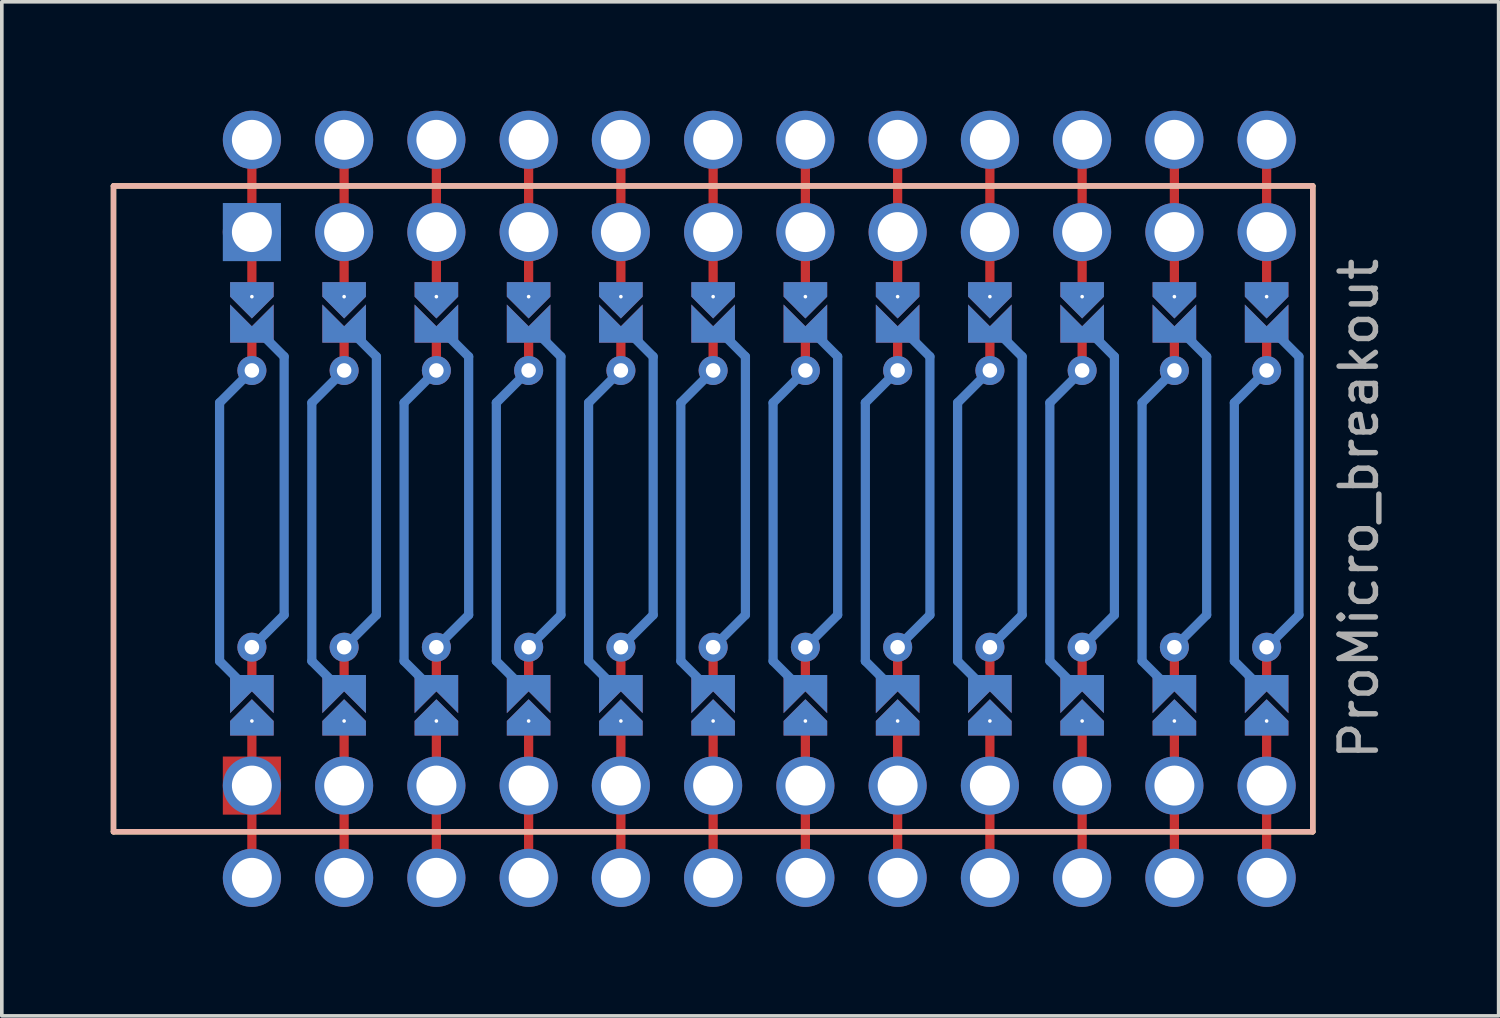
<source format=kicad_pcb>
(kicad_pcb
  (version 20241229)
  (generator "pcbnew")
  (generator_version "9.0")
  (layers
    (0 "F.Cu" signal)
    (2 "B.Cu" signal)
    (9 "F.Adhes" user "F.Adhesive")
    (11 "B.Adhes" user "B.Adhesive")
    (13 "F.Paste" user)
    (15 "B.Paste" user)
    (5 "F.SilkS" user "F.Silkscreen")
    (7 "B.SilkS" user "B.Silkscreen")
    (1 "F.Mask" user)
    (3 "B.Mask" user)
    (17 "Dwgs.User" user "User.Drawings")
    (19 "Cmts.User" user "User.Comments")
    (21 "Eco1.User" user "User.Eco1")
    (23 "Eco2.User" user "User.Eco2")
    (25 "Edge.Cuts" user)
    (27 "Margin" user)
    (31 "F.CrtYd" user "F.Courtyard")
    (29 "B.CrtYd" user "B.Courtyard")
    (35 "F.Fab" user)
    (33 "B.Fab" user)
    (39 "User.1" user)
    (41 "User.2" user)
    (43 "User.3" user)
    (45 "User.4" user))
  (footprint "ProMicro_breakout"
    (layer "F.Cu")
    (at 17.855 10.96)
    (property "Reference" "ProMicro_breakout" (at 16.51 0 90) (layer "F.Fab") (effects (font (size 1 1) (thickness 0.15))))
    (attr through_hole)
    (fp_line (start -13.97 -10.16) (end -13.97 -7.62) (stroke (width 0.254) (type default)) (layer "F.Cu"))
    (fp_line (start -13.97 -7.62) (end -13.97 -5.842) (stroke (width 0.254) (type default)) (layer "F.Cu"))
    (fp_line (start -13.97 -3.81) (end -13.97 -4.826) (stroke (width 0.254) (type default)) (layer "F.Cu"))
    (fp_line (start -13.97 3.81) (end -13.97 4.826) (stroke (width 0.254) (type default)) (layer "F.Cu"))
    (fp_line (start -13.97 7.62) (end -13.97 5.842) (stroke (width 0.254) (type default)) (layer "F.Cu"))
    (fp_line (start -13.97 10.16) (end -13.97 7.62) (stroke (width 0.254) (type default)) (layer "F.Cu"))
    (fp_line (start -11.43 -10.16) (end -11.43 -7.62) (stroke (width 0.254) (type default)) (layer "F.Cu"))
    (fp_line (start -11.43 -7.62) (end -11.43 -5.842) (stroke (width 0.254) (type default)) (layer "F.Cu"))
    (fp_line (start -11.43 -3.81) (end -11.43 -4.826) (stroke (width 0.254) (type default)) (layer "F.Cu"))
    (fp_line (start -11.43 3.81) (end -11.43 4.826) (stroke (width 0.254) (type default)) (layer "F.Cu"))
    (fp_line (start -11.43 7.62) (end -11.43 5.842) (stroke (width 0.254) (type default)) (layer "F.Cu"))
    (fp_line (start -11.43 10.16) (end -11.43 7.62) (stroke (width 0.254) (type default)) (layer "F.Cu"))
    (fp_line (start -8.89 -10.16) (end -8.89 -7.62) (stroke (width 0.254) (type default)) (layer "F.Cu"))
    (fp_line (start -8.89 -7.62) (end -8.89 -5.842) (stroke (width 0.254) (type default)) (layer "F.Cu"))
    (fp_line (start -8.89 -3.81) (end -8.89 -4.826) (stroke (width 0.254) (type default)) (layer "F.Cu"))
    (fp_line (start -8.89 3.81) (end -8.89 4.826) (stroke (width 0.254) (type default)) (layer "F.Cu"))
    (fp_line (start -8.89 7.62) (end -8.89 5.842) (stroke (width 0.254) (type default)) (layer "F.Cu"))
    (fp_line (start -8.89 10.16) (end -8.89 7.62) (stroke (width 0.254) (type default)) (layer "F.Cu"))
    (fp_line (start -6.35 -10.16) (end -6.35 -7.62) (stroke (width 0.254) (type default)) (layer "F.Cu"))
    (fp_line (start -6.35 -7.62) (end -6.35 -5.842) (stroke (width 0.254) (type default)) (layer "F.Cu"))
    (fp_line (start -6.35 -3.81) (end -6.35 -4.826) (stroke (width 0.254) (type default)) (layer "F.Cu"))
    (fp_line (start -6.35 3.81) (end -6.35 4.826) (stroke (width 0.254) (type default)) (layer "F.Cu"))
    (fp_line (start -6.35 7.62) (end -6.35 5.842) (stroke (width 0.254) (type default)) (layer "F.Cu"))
    (fp_line (start -6.35 10.16) (end -6.35 7.62) (stroke (width 0.254) (type default)) (layer "F.Cu"))
    (fp_line (start -3.81 -10.16) (end -3.81 -7.62) (stroke (width 0.254) (type default)) (layer "F.Cu"))
    (fp_line (start -3.81 -7.62) (end -3.81 -5.842) (stroke (width 0.254) (type default)) (layer "F.Cu"))
    (fp_line (start -3.81 -3.81) (end -3.81 -4.826) (stroke (width 0.254) (type default)) (layer "F.Cu"))
    (fp_line (start -3.81 3.81) (end -3.81 4.826) (stroke (width 0.254) (type default)) (layer "F.Cu"))
    (fp_line (start -3.81 7.62) (end -3.81 5.842) (stroke (width 0.254) (type default)) (layer "F.Cu"))
    (fp_line (start -3.81 10.16) (end -3.81 7.62) (stroke (width 0.254) (type default)) (layer "F.Cu"))
    (fp_line (start -1.27 -10.16) (end -1.27 -7.62) (stroke (width 0.254) (type default)) (layer "F.Cu"))
    (fp_line (start -1.27 -7.62) (end -1.27 -5.842) (stroke (width 0.254) (type default)) (layer "F.Cu"))
    (fp_line (start -1.27 -3.81) (end -1.27 -4.826) (stroke (width 0.254) (type default)) (layer "F.Cu"))
    (fp_line (start -1.27 3.81) (end -1.27 4.826) (stroke (width 0.254) (type default)) (layer "F.Cu"))
    (fp_line (start -1.27 7.62) (end -1.27 5.842) (stroke (width 0.254) (type default)) (layer "F.Cu"))
    (fp_line (start -1.27 10.16) (end -1.27 7.62) (stroke (width 0.254) (type default)) (layer "F.Cu"))
    (fp_line (start 1.27 -10.16) (end 1.27 -7.62) (stroke (width 0.254) (type default)) (layer "F.Cu"))
    (fp_line (start 1.27 -7.62) (end 1.27 -5.842) (stroke (width 0.254) (type default)) (layer "F.Cu"))
    (fp_line (start 1.27 -3.81) (end 1.27 -4.826) (stroke (width 0.254) (type default)) (layer "F.Cu"))
    (fp_line (start 1.27 3.81) (end 1.27 4.826) (stroke (width 0.254) (type default)) (layer "F.Cu"))
    (fp_line (start 1.27 7.62) (end 1.27 5.842) (stroke (width 0.254) (type default)) (layer "F.Cu"))
    (fp_line (start 1.27 10.16) (end 1.27 7.62) (stroke (width 0.254) (type default)) (layer "F.Cu"))
    (fp_line (start 3.81 -10.16) (end 3.81 -7.62) (stroke (width 0.254) (type default)) (layer "F.Cu"))
    (fp_line (start 3.81 -7.62) (end 3.81 -5.842) (stroke (width 0.254) (type default)) (layer "F.Cu"))
    (fp_line (start 3.81 -3.81) (end 3.81 -4.826) (stroke (width 0.254) (type default)) (layer "F.Cu"))
    (fp_line (start 3.81 3.81) (end 3.81 4.826) (stroke (width 0.254) (type default)) (layer "F.Cu"))
    (fp_line (start 3.81 7.62) (end 3.81 5.842) (stroke (width 0.254) (type default)) (layer "F.Cu"))
    (fp_line (start 3.81 10.16) (end 3.81 7.62) (stroke (width 0.254) (type default)) (layer "F.Cu"))
    (fp_line (start 6.35 -10.16) (end 6.35 -7.62) (stroke (width 0.254) (type default)) (layer "F.Cu"))
    (fp_line (start 6.35 -7.62) (end 6.35 -5.842) (stroke (width 0.254) (type default)) (layer "F.Cu"))
    (fp_line (start 6.35 -3.81) (end 6.35 -4.826) (stroke (width 0.254) (type default)) (layer "F.Cu"))
    (fp_line (start 6.35 3.81) (end 6.35 4.826) (stroke (width 0.254) (type default)) (layer "F.Cu"))
    (fp_line (start 6.35 7.62) (end 6.35 5.842) (stroke (width 0.254) (type default)) (layer "F.Cu"))
    (fp_line (start 6.35 10.16) (end 6.35 7.62) (stroke (width 0.254) (type default)) (layer "F.Cu"))
    (fp_line (start 8.89 -10.16) (end 8.89 -7.62) (stroke (width 0.254) (type default)) (layer "F.Cu"))
    (fp_line (start 8.89 -7.62) (end 8.89 -5.842) (stroke (width 0.254) (type default)) (layer "F.Cu"))
    (fp_line (start 8.89 -3.81) (end 8.89 -4.826) (stroke (width 0.254) (type default)) (layer "F.Cu"))
    (fp_line (start 8.89 3.81) (end 8.89 4.826) (stroke (width 0.254) (type default)) (layer "F.Cu"))
    (fp_line (start 8.89 7.62) (end 8.89 5.842) (stroke (width 0.254) (type default)) (layer "F.Cu"))
    (fp_line (start 8.89 10.16) (end 8.89 7.62) (stroke (width 0.254) (type default)) (layer "F.Cu"))
    (fp_line (start 11.43 -10.16) (end 11.43 -7.62) (stroke (width 0.254) (type default)) (layer "F.Cu"))
    (fp_line (start 11.43 -7.62) (end 11.43 -5.842) (stroke (width 0.254) (type default)) (layer "F.Cu"))
    (fp_line (start 11.43 -3.81) (end 11.43 -4.826) (stroke (width 0.254) (type default)) (layer "F.Cu"))
    (fp_line (start 11.43 3.81) (end 11.43 4.826) (stroke (width 0.254) (type default)) (layer "F.Cu"))
    (fp_line (start 11.43 7.62) (end 11.43 5.842) (stroke (width 0.254) (type default)) (layer "F.Cu"))
    (fp_line (start 11.43 10.16) (end 11.43 7.62) (stroke (width 0.254) (type default)) (layer "F.Cu"))
    (fp_line (start 13.97 -10.16) (end 13.97 -7.62) (stroke (width 0.254) (type default)) (layer "F.Cu"))
    (fp_line (start 13.97 -7.62) (end 13.97 -5.842) (stroke (width 0.254) (type default)) (layer "F.Cu"))
    (fp_line (start 13.97 -3.81) (end 13.97 -4.826) (stroke (width 0.254) (type default)) (layer "F.Cu"))
    (fp_line (start 13.97 3.81) (end 13.97 4.826) (stroke (width 0.254) (type default)) (layer "F.Cu"))
    (fp_line (start 13.97 7.62) (end 13.97 5.842) (stroke (width 0.254) (type default)) (layer "F.Cu"))
    (fp_line (start 13.97 10.16) (end 13.97 7.62) (stroke (width 0.254) (type default)) (layer "F.Cu"))
    (fp_rect (start -14.77 6.82) (end -13.17 8.42) (stroke (width 0) (type solid)) (fill yes) (layer "F.Cu"))
    (fp_poly (pts (xy -14.478 5.08) (xy -13.462 5.08) (xy -13.462 6.096) (xy -14.478 6.096)) (stroke (width 0.2) (type solid)) (fill yes) (layer "F.Mask"))
    (fp_poly (pts (xy -13.462 -5.08) (xy -14.478 -5.08) (xy -14.478 -6.096) (xy -13.462 -6.096)) (stroke (width 0.2) (type solid)) (fill yes) (layer "F.Mask"))
    (fp_poly (pts (xy -11.938 5.08) (xy -10.922 5.08) (xy -10.922 6.096) (xy -11.938 6.096)) (stroke (width 0.2) (type solid)) (fill yes) (layer "F.Mask"))
    (fp_poly (pts (xy -10.922 -5.08) (xy -11.938 -5.08) (xy -11.938 -6.096) (xy -10.922 -6.096)) (stroke (width 0.2) (type solid)) (fill yes) (layer "F.Mask"))
    (fp_poly (pts (xy -9.398 5.08) (xy -8.382 5.08) (xy -8.382 6.096) (xy -9.398 6.096)) (stroke (width 0.2) (type solid)) (fill yes) (layer "F.Mask"))
    (fp_poly (pts (xy -8.382 -5.08) (xy -9.398 -5.08) (xy -9.398 -6.096) (xy -8.382 -6.096)) (stroke (width 0.2) (type solid)) (fill yes) (layer "F.Mask"))
    (fp_poly (pts (xy -6.858 5.08) (xy -5.842 5.08) (xy -5.842 6.096) (xy -6.858 6.096)) (stroke (width 0.2) (type solid)) (fill yes) (layer "F.Mask"))
    (fp_poly (pts (xy -5.842 -5.08) (xy -6.858 -5.08) (xy -6.858 -6.096) (xy -5.842 -6.096)) (stroke (width 0.2) (type solid)) (fill yes) (layer "F.Mask"))
    (fp_poly (pts (xy -4.318 5.08) (xy -3.302 5.08) (xy -3.302 6.096) (xy -4.318 6.096)) (stroke (width 0.2) (type solid)) (fill yes) (layer "F.Mask"))
    (fp_poly (pts (xy -3.302 -5.08) (xy -4.318 -5.08) (xy -4.318 -6.096) (xy -3.302 -6.096)) (stroke (width 0.2) (type solid)) (fill yes) (layer "F.Mask"))
    (fp_poly (pts (xy -1.778 5.08) (xy -0.762 5.08) (xy -0.762 6.096) (xy -1.778 6.096)) (stroke (width 0.2) (type solid)) (fill yes) (layer "F.Mask"))
    (fp_poly (pts (xy -0.762 -5.08) (xy -1.778 -5.08) (xy -1.778 -6.096) (xy -0.762 -6.096)) (stroke (width 0.2) (type solid)) (fill yes) (layer "F.Mask"))
    (fp_poly (pts (xy 0.762 5.08) (xy 1.778 5.08) (xy 1.778 6.096) (xy 0.762 6.096)) (stroke (width 0.2) (type solid)) (fill yes) (layer "F.Mask"))
    (fp_poly (pts (xy 1.778 -5.08) (xy 0.762 -5.08) (xy 0.762 -6.096) (xy 1.778 -6.096)) (stroke (width 0.2) (type solid)) (fill yes) (layer "F.Mask"))
    (fp_poly (pts (xy 3.302 5.08) (xy 4.318 5.08) (xy 4.318 6.096) (xy 3.302 6.096)) (stroke (width 0.2) (type solid)) (fill yes) (layer "F.Mask"))
    (fp_poly (pts (xy 4.318 -5.08) (xy 3.302 -5.08) (xy 3.302 -6.096) (xy 4.318 -6.096)) (stroke (width 0.2) (type solid)) (fill yes) (layer "F.Mask"))
    (fp_poly (pts (xy 5.842 5.08) (xy 6.858 5.08) (xy 6.858 6.096) (xy 5.842 6.096)) (stroke (width 0.2) (type solid)) (fill yes) (layer "F.Mask"))
    (fp_poly (pts (xy 6.858 -5.08) (xy 5.842 -5.08) (xy 5.842 -6.096) (xy 6.858 -6.096)) (stroke (width 0.2) (type solid)) (fill yes) (layer "F.Mask"))
    (fp_poly (pts (xy 8.382 5.08) (xy 9.398 5.08) (xy 9.398 6.096) (xy 8.382 6.096)) (stroke (width 0.2) (type solid)) (fill yes) (layer "F.Mask"))
    (fp_poly (pts (xy 9.398 -5.08) (xy 8.382 -5.08) (xy 8.382 -6.096) (xy 9.398 -6.096)) (stroke (width 0.2) (type solid)) (fill yes) (layer "F.Mask"))
    (fp_poly (pts (xy 10.922 5.08) (xy 11.938 5.08) (xy 11.938 6.096) (xy 10.922 6.096)) (stroke (width 0.2) (type solid)) (fill yes) (layer "F.Mask"))
    (fp_poly (pts (xy 11.938 -5.08) (xy 10.922 -5.08) (xy 10.922 -6.096) (xy 11.938 -6.096)) (stroke (width 0.2) (type solid)) (fill yes) (layer "F.Mask"))
    (fp_poly (pts (xy 13.462 5.08) (xy 14.478 5.08) (xy 14.478 6.096) (xy 13.462 6.096)) (stroke (width 0.2) (type solid)) (fill yes) (layer "F.Mask"))
    (fp_poly (pts (xy 14.478 -5.08) (xy 13.462 -5.08) (xy 13.462 -6.096) (xy 14.478 -6.096)) (stroke (width 0.2) (type solid)) (fill yes) (layer "F.Mask"))
    (fp_line (start -14.859 -2.921) (end -14.859 4.191) (stroke (width 0.254) (type default)) (layer "B.Cu"))
    (fp_line (start -14.859 -2.921) (end -13.97 -3.81) (stroke (width 0.254) (type default)) (layer "B.Cu"))
    (fp_line (start -14.859 4.191) (end -14.17 4.88) (stroke (width 0.254) (type default)) (layer "B.Cu"))
    (fp_line (start -13.081 -4.191) (end -13.77 -4.88) (stroke (width 0.254) (type default)) (layer "B.Cu"))
    (fp_line (start -13.081 2.921) (end -13.97 3.81) (stroke (width 0.254) (type default)) (layer "B.Cu"))
    (fp_line (start -13.081 2.921) (end -13.081 -4.191) (stroke (width 0.254) (type default)) (layer "B.Cu"))
    (fp_line (start -12.319 -2.921) (end -12.319 4.191) (stroke (width 0.254) (type default)) (layer "B.Cu"))
    (fp_line (start -12.319 -2.921) (end -11.43 -3.81) (stroke (width 0.254) (type default)) (layer "B.Cu"))
    (fp_line (start -12.319 4.191) (end -11.63 4.88) (stroke (width 0.254) (type default)) (layer "B.Cu"))
    (fp_line (start -10.541 -4.191) (end -11.23 -4.88) (stroke (width 0.254) (type default)) (layer "B.Cu"))
    (fp_line (start -10.541 2.921) (end -11.43 3.81) (stroke (width 0.254) (type default)) (layer "B.Cu"))
    (fp_line (start -10.541 2.921) (end -10.541 -4.191) (stroke (width 0.254) (type default)) (layer "B.Cu"))
    (fp_line (start -9.779 -2.921) (end -9.779 4.191) (stroke (width 0.254) (type default)) (layer "B.Cu"))
    (fp_line (start -9.779 -2.921) (end -8.89 -3.81) (stroke (width 0.254) (type default)) (layer "B.Cu"))
    (fp_line (start -9.779 4.191) (end -9.09 4.88) (stroke (width 0.254) (type default)) (layer "B.Cu"))
    (fp_line (start -8.001 -4.191) (end -8.69 -4.88) (stroke (width 0.254) (type default)) (layer "B.Cu"))
    (fp_line (start -8.001 2.921) (end -8.89 3.81) (stroke (width 0.254) (type default)) (layer "B.Cu"))
    (fp_line (start -8.001 2.921) (end -8.001 -4.191) (stroke (width 0.254) (type default)) (layer "B.Cu"))
    (fp_line (start -7.239 -2.921) (end -7.239 4.191) (stroke (width 0.254) (type default)) (layer "B.Cu"))
    (fp_line (start -7.239 -2.921) (end -6.35 -3.81) (stroke (width 0.254) (type default)) (layer "B.Cu"))
    (fp_line (start -7.239 4.191) (end -6.55 4.88) (stroke (width 0.254) (type default)) (layer "B.Cu"))
    (fp_line (start -5.461 -4.191) (end -6.15 -4.88) (stroke (width 0.254) (type default)) (layer "B.Cu"))
    (fp_line (start -5.461 2.921) (end -6.35 3.81) (stroke (width 0.254) (type default)) (layer "B.Cu"))
    (fp_line (start -5.461 2.921) (end -5.461 -4.191) (stroke (width 0.254) (type default)) (layer "B.Cu"))
    (fp_line (start -4.699 -2.921) (end -4.699 4.191) (stroke (width 0.254) (type default)) (layer "B.Cu"))
    (fp_line (start -4.699 -2.921) (end -3.81 -3.81) (stroke (width 0.254) (type default)) (layer "B.Cu"))
    (fp_line (start -4.699 4.191) (end -4.01 4.88) (stroke (width 0.254) (type default)) (layer "B.Cu"))
    (fp_line (start -2.921 -4.191) (end -3.61 -4.88) (stroke (width 0.254) (type default)) (layer "B.Cu"))
    (fp_line (start -2.921 2.921) (end -3.81 3.81) (stroke (width 0.254) (type default)) (layer "B.Cu"))
    (fp_line (start -2.921 2.921) (end -2.921 -4.191) (stroke (width 0.254) (type default)) (layer "B.Cu"))
    (fp_line (start -2.159 -2.921) (end -2.159 4.191) (stroke (width 0.254) (type default)) (layer "B.Cu"))
    (fp_line (start -2.159 -2.921) (end -1.27 -3.81) (stroke (width 0.254) (type default)) (layer "B.Cu"))
    (fp_line (start -2.159 4.191) (end -1.47 4.88) (stroke (width 0.254) (type default)) (layer "B.Cu"))
    (fp_line (start -0.381 -4.191) (end -1.07 -4.88) (stroke (width 0.254) (type default)) (layer "B.Cu"))
    (fp_line (start -0.381 2.921) (end -1.27 3.81) (stroke (width 0.254) (type default)) (layer "B.Cu"))
    (fp_line (start -0.381 2.921) (end -0.381 -4.191) (stroke (width 0.254) (type default)) (layer "B.Cu"))
    (fp_line (start 0.381 -2.921) (end 0.381 4.191) (stroke (width 0.254) (type default)) (layer "B.Cu"))
    (fp_line (start 0.381 -2.921) (end 1.27 -3.81) (stroke (width 0.254) (type default)) (layer "B.Cu"))
    (fp_line (start 0.381 4.191) (end 1.07 4.88) (stroke (width 0.254) (type default)) (layer "B.Cu"))
    (fp_line (start 2.159 -4.191) (end 1.47 -4.88) (stroke (width 0.254) (type default)) (layer "B.Cu"))
    (fp_line (start 2.159 2.921) (end 1.27 3.81) (stroke (width 0.254) (type default)) (layer "B.Cu"))
    (fp_line (start 2.159 2.921) (end 2.159 -4.191) (stroke (width 0.254) (type default)) (layer "B.Cu"))
    (fp_line (start 2.921 -2.921) (end 2.921 4.191) (stroke (width 0.254) (type default)) (layer "B.Cu"))
    (fp_line (start 2.921 -2.921) (end 3.81 -3.81) (stroke (width 0.254) (type default)) (layer "B.Cu"))
    (fp_line (start 2.921 4.191) (end 3.61 4.88) (stroke (width 0.254) (type default)) (layer "B.Cu"))
    (fp_line (start 4.699 -4.191) (end 4.01 -4.88) (stroke (width 0.254) (type default)) (layer "B.Cu"))
    (fp_line (start 4.699 2.921) (end 3.81 3.81) (stroke (width 0.254) (type default)) (layer "B.Cu"))
    (fp_line (start 4.699 2.921) (end 4.699 -4.191) (stroke (width 0.254) (type default)) (layer "B.Cu"))
    (fp_line (start 5.461 -2.921) (end 5.461 4.191) (stroke (width 0.254) (type default)) (layer "B.Cu"))
    (fp_line (start 5.461 -2.921) (end 6.35 -3.81) (stroke (width 0.254) (type default)) (layer "B.Cu"))
    (fp_line (start 5.461 4.191) (end 6.15 4.88) (stroke (width 0.254) (type default)) (layer "B.Cu"))
    (fp_line (start 7.239 -4.191) (end 6.55 -4.88) (stroke (width 0.254) (type default)) (layer "B.Cu"))
    (fp_line (start 7.239 2.921) (end 6.35 3.81) (stroke (width 0.254) (type default)) (layer "B.Cu"))
    (fp_line (start 7.239 2.921) (end 7.239 -4.191) (stroke (width 0.254) (type default)) (layer "B.Cu"))
    (fp_line (start 8.001 -2.921) (end 8.001 4.191) (stroke (width 0.254) (type default)) (layer "B.Cu"))
    (fp_line (start 8.001 -2.921) (end 8.89 -3.81) (stroke (width 0.254) (type default)) (layer "B.Cu"))
    (fp_line (start 8.001 4.191) (end 8.69 4.88) (stroke (width 0.254) (type default)) (layer "B.Cu"))
    (fp_line (start 9.779 -4.191) (end 9.09 -4.88) (stroke (width 0.254) (type default)) (layer "B.Cu"))
    (fp_line (start 9.779 2.921) (end 8.89 3.81) (stroke (width 0.254) (type default)) (layer "B.Cu"))
    (fp_line (start 9.779 2.921) (end 9.779 -4.191) (stroke (width 0.254) (type default)) (layer "B.Cu"))
    (fp_line (start 10.541 -2.921) (end 10.541 4.191) (stroke (width 0.254) (type default)) (layer "B.Cu"))
    (fp_line (start 10.541 -2.921) (end 11.43 -3.81) (stroke (width 0.254) (type default)) (layer "B.Cu"))
    (fp_line (start 10.541 4.191) (end 11.23 4.88) (stroke (width 0.254) (type default)) (layer "B.Cu"))
    (fp_line (start 12.319 -4.191) (end 11.63 -4.88) (stroke (width 0.254) (type default)) (layer "B.Cu"))
    (fp_line (start 12.319 2.921) (end 11.43 3.81) (stroke (width 0.254) (type default)) (layer "B.Cu"))
    (fp_line (start 12.319 2.921) (end 12.319 -4.191) (stroke (width 0.254) (type default)) (layer "B.Cu"))
    (fp_line (start 13.081 -2.921) (end 13.081 4.191) (stroke (width 0.254) (type default)) (layer "B.Cu"))
    (fp_line (start 13.081 -2.921) (end 13.97 -3.81) (stroke (width 0.254) (type default)) (layer "B.Cu"))
    (fp_line (start 13.081 4.191) (end 13.77 4.88) (stroke (width 0.254) (type default)) (layer "B.Cu"))
    (fp_line (start 14.859 -4.191) (end 14.17 -4.88) (stroke (width 0.254) (type default)) (layer "B.Cu"))
    (fp_line (start 14.859 2.921) (end 13.97 3.81) (stroke (width 0.254) (type default)) (layer "B.Cu"))
    (fp_line (start 14.859 2.921) (end 14.859 -4.191) (stroke (width 0.254) (type default)) (layer "B.Cu"))
    (fp_rect (start -14.77 -8.42) (end -13.17 -6.82) (stroke (width 0) (type solid)) (fill yes) (layer "B.Cu"))
    (fp_poly (pts (xy -14.478 5.08) (xy -13.462 5.08) (xy -13.462 6.096) (xy -14.478 6.096)) (stroke (width 0.2) (type solid)) (fill yes) (layer "B.Mask"))
    (fp_poly (pts (xy -13.462 -5.08) (xy -14.478 -5.08) (xy -14.478 -6.096) (xy -13.462 -6.096)) (stroke (width 0.2) (type solid)) (fill yes) (layer "B.Mask"))
    (fp_poly (pts (xy -11.938 5.08) (xy -10.922 5.08) (xy -10.922 6.096) (xy -11.938 6.096)) (stroke (width 0.2) (type solid)) (fill yes) (layer "B.Mask"))
    (fp_poly (pts (xy -10.922 -5.08) (xy -11.938 -5.08) (xy -11.938 -6.096) (xy -10.922 -6.096)) (stroke (width 0.2) (type solid)) (fill yes) (layer "B.Mask"))
    (fp_poly (pts (xy -9.398 5.08) (xy -8.382 5.08) (xy -8.382 6.096) (xy -9.398 6.096)) (stroke (width 0.2) (type solid)) (fill yes) (layer "B.Mask"))
    (fp_poly (pts (xy -8.382 -5.08) (xy -9.398 -5.08) (xy -9.398 -6.096) (xy -8.382 -6.096)) (stroke (width 0.2) (type solid)) (fill yes) (layer "B.Mask"))
    (fp_poly (pts (xy -6.858 5.08) (xy -5.842 5.08) (xy -5.842 6.096) (xy -6.858 6.096)) (stroke (width 0.2) (type solid)) (fill yes) (layer "B.Mask"))
    (fp_poly (pts (xy -5.842 -5.08) (xy -6.858 -5.08) (xy -6.858 -6.096) (xy -5.842 -6.096)) (stroke (width 0.2) (type solid)) (fill yes) (layer "B.Mask"))
    (fp_poly (pts (xy -4.318 5.08) (xy -3.302 5.08) (xy -3.302 6.096) (xy -4.318 6.096)) (stroke (width 0.2) (type solid)) (fill yes) (layer "B.Mask"))
    (fp_poly (pts (xy -3.302 -5.08) (xy -4.318 -5.08) (xy -4.318 -6.096) (xy -3.302 -6.096)) (stroke (width 0.2) (type solid)) (fill yes) (layer "B.Mask"))
    (fp_poly (pts (xy -1.778 5.08) (xy -0.762 5.08) (xy -0.762 6.096) (xy -1.778 6.096)) (stroke (width 0.2) (type solid)) (fill yes) (layer "B.Mask"))
    (fp_poly (pts (xy -0.762 -5.08) (xy -1.778 -5.08) (xy -1.778 -6.096) (xy -0.762 -6.096)) (stroke (width 0.2) (type solid)) (fill yes) (layer "B.Mask"))
    (fp_poly (pts (xy 0.762 5.08) (xy 1.778 5.08) (xy 1.778 6.096) (xy 0.762 6.096)) (stroke (width 0.2) (type solid)) (fill yes) (layer "B.Mask"))
    (fp_poly (pts (xy 1.778 -5.08) (xy 0.762 -5.08) (xy 0.762 -6.096) (xy 1.778 -6.096)) (stroke (width 0.2) (type solid)) (fill yes) (layer "B.Mask"))
    (fp_poly (pts (xy 3.302 5.08) (xy 4.318 5.08) (xy 4.318 6.096) (xy 3.302 6.096)) (stroke (width 0.2) (type solid)) (fill yes) (layer "B.Mask"))
    (fp_poly (pts (xy 4.318 -5.08) (xy 3.302 -5.08) (xy 3.302 -6.096) (xy 4.318 -6.096)) (stroke (width 0.2) (type solid)) (fill yes) (layer "B.Mask"))
    (fp_poly (pts (xy 5.842 5.08) (xy 6.858 5.08) (xy 6.858 6.096) (xy 5.842 6.096)) (stroke (width 0.2) (type solid)) (fill yes) (layer "B.Mask"))
    (fp_poly (pts (xy 6.858 -5.08) (xy 5.842 -5.08) (xy 5.842 -6.096) (xy 6.858 -6.096)) (stroke (width 0.2) (type solid)) (fill yes) (layer "B.Mask"))
    (fp_poly (pts (xy 8.382 5.08) (xy 9.398 5.08) (xy 9.398 6.096) (xy 8.382 6.096)) (stroke (width 0.2) (type solid)) (fill yes) (layer "B.Mask"))
    (fp_poly (pts (xy 9.398 -5.08) (xy 8.382 -5.08) (xy 8.382 -6.096) (xy 9.398 -6.096)) (stroke (width 0.2) (type solid)) (fill yes) (layer "B.Mask"))
    (fp_poly (pts (xy 10.922 5.08) (xy 11.938 5.08) (xy 11.938 6.096) (xy 10.922 6.096)) (stroke (width 0.2) (type solid)) (fill yes) (layer "B.Mask"))
    (fp_poly (pts (xy 11.938 -5.08) (xy 10.922 -5.08) (xy 10.922 -6.096) (xy 11.938 -6.096)) (stroke (width 0.2) (type solid)) (fill yes) (layer "B.Mask"))
    (fp_poly (pts (xy 13.462 5.08) (xy 14.478 5.08) (xy 14.478 6.096) (xy 13.462 6.096)) (stroke (width 0.2) (type solid)) (fill yes) (layer "B.Mask"))
    (fp_poly (pts (xy 14.478 -5.08) (xy 13.462 -5.08) (xy 13.462 -6.096) (xy 14.478 -6.096)) (stroke (width 0.2) (type solid)) (fill yes) (layer "B.Mask"))
    (fp_line (start -17.78 -8.89) (end 15.24 -8.89) (stroke (width 0.15) (type solid)) (layer "F.SilkS"))
    (fp_line (start -17.78 8.89) (end -17.78 -8.89) (stroke (width 0.15) (type solid)) (layer "F.SilkS"))
    (fp_line (start -17.78 8.89) (end 15.24 8.89) (stroke (width 0.15) (type solid)) (layer "F.SilkS"))
    (fp_line (start 15.24 8.89) (end 15.24 -8.89) (stroke (width 0.15) (type solid)) (layer "F.SilkS"))
    (fp_line (start -17.78 -8.89) (end -17.78 8.89) (stroke (width 0.15) (type solid)) (layer "B.SilkS"))
    (fp_line (start -17.78 -8.89) (end 15.24 -8.89) (stroke (width 0.15) (type solid)) (layer "B.SilkS"))
    (fp_line (start -17.78 8.89) (end 15.24 8.89) (stroke (width 0.15) (type solid)) (layer "B.SilkS"))
    (fp_line (start 15.24 -8.89) (end 15.24 8.89) (stroke (width 0.15) (type solid)) (layer "B.SilkS"))
    (pad "" thru_hole circle (at -13.97 -10.16) (size 1.6 1.6) (drill 1.1) (layers "*.Cu" "*.Paste" "*.Mask"))
    (pad "" thru_hole circle (at -13.97 -7.62) (size 1.6 1.6) (drill 1.1) (layers "*.Cu" "*.Paste" "*.Mask"))
    (pad "" thru_hole custom (at -13.97 -5.842) (size 0.1 0.1) (drill 0.4) (layers "*.Cu" "*.Mask") (options (anchor rect)) (primitives (gr_poly (pts (xy 0.6 -0.4) (xy -0.6 -0.4) (xy -0.6 0) (xy 0 0.6) (xy 0.6 0)) (width 0) (fill yes))))
    (pad "" thru_hole custom (at -13.97 5.842 180) (size 0.1 0.1) (drill 0.4) (layers "*.Cu" "*.Mask") (options (anchor rect)) (primitives (gr_poly (pts (xy 0.6 -0.4) (xy -0.6 -0.4) (xy -0.6 0) (xy 0 0.6) (xy 0.6 0)) (width 0) (fill yes))))
    (pad "" thru_hole circle (at -13.97 7.62) (size 1.6 1.6) (drill 1.1) (layers "*.Cu" "*.Paste" "*.Mask"))
    (pad "" thru_hole circle (at -13.97 10.16 180) (size 1.6 1.6) (drill 1.1) (layers "*.Cu" "*.Paste" "*.Mask"))
    (pad "" thru_hole circle (at -11.43 -10.16) (size 1.6 1.6) (drill 1.1) (layers "*.Cu" "*.Paste" "*.Mask"))
    (pad "" thru_hole circle (at -11.43 -7.62) (size 1.6 1.6) (drill 1.1) (layers "*.Cu" "*.Paste" "*.Mask"))
    (pad "" thru_hole custom (at -11.43 -5.842) (size 0.1 0.1) (drill 0.4) (layers "*.Cu" "*.Mask") (options (anchor rect)) (primitives (gr_poly (pts (xy 0.6 -0.4) (xy -0.6 -0.4) (xy -0.6 0) (xy 0 0.6) (xy 0.6 0)) (width 0) (fill yes))))
    (pad "" thru_hole custom (at -11.43 5.842 180) (size 0.1 0.1) (drill 0.4) (layers "*.Cu" "*.Mask") (options (anchor rect)) (primitives (gr_poly (pts (xy 0.6 -0.4) (xy -0.6 -0.4) (xy -0.6 0) (xy 0 0.6) (xy 0.6 0)) (width 0) (fill yes))))
    (pad "" thru_hole circle (at -11.43 7.62) (size 1.6 1.6) (drill 1.1) (layers "*.Cu" "*.Paste" "*.Mask"))
    (pad "" thru_hole circle (at -11.43 10.16 180) (size 1.6 1.6) (drill 1.1) (layers "*.Cu" "*.Paste" "*.Mask"))
    (pad "" thru_hole circle (at -8.89 -10.16) (size 1.6 1.6) (drill 1.1) (layers "*.Cu" "*.Paste" "*.Mask"))
    (pad "" thru_hole circle (at -8.89 -7.62) (size 1.6 1.6) (drill 1.1) (layers "*.Cu" "*.Paste" "*.Mask"))
    (pad "" thru_hole custom (at -8.89 -5.842) (size 0.1 0.1) (drill 0.4) (layers "*.Cu" "*.Mask") (options (anchor rect)) (primitives (gr_poly (pts (xy 0.6 -0.4) (xy -0.6 -0.4) (xy -0.6 0) (xy 0 0.6) (xy 0.6 0)) (width 0) (fill yes))))
    (pad "" thru_hole custom (at -8.89 5.842 180) (size 0.1 0.1) (drill 0.4) (layers "*.Cu" "*.Mask") (options (anchor rect)) (primitives (gr_poly (pts (xy 0.6 -0.4) (xy -0.6 -0.4) (xy -0.6 0) (xy 0 0.6) (xy 0.6 0)) (width 0) (fill yes))))
    (pad "" thru_hole circle (at -8.89 7.62) (size 1.6 1.6) (drill 1.1) (layers "*.Cu" "*.Paste" "*.Mask"))
    (pad "" thru_hole circle (at -8.89 10.16 180) (size 1.6 1.6) (drill 1.1) (layers "*.Cu" "*.Paste" "*.Mask"))
    (pad "" thru_hole circle (at -6.35 -10.16) (size 1.6 1.6) (drill 1.1) (layers "*.Cu" "*.Paste" "*.Mask"))
    (pad "" thru_hole circle (at -6.35 -7.62) (size 1.6 1.6) (drill 1.1) (layers "*.Cu" "*.Paste" "*.Mask"))
    (pad "" thru_hole custom (at -6.35 -5.842) (size 0.1 0.1) (drill 0.4) (layers "*.Cu" "*.Mask") (options (anchor rect)) (primitives (gr_poly (pts (xy 0.6 -0.4) (xy -0.6 -0.4) (xy -0.6 0) (xy 0 0.6) (xy 0.6 0)) (width 0) (fill yes))))
    (pad "" thru_hole custom (at -6.35 5.842 180) (size 0.1 0.1) (drill 0.4) (layers "*.Cu" "*.Mask") (options (anchor rect)) (primitives (gr_poly (pts (xy 0.6 -0.4) (xy -0.6 -0.4) (xy -0.6 0) (xy 0 0.6) (xy 0.6 0)) (width 0) (fill yes))))
    (pad "" thru_hole circle (at -6.35 7.62) (size 1.6 1.6) (drill 1.1) (layers "*.Cu" "*.Paste" "*.Mask"))
    (pad "" thru_hole circle (at -6.35 10.16 180) (size 1.6 1.6) (drill 1.1) (layers "*.Cu" "*.Paste" "*.Mask"))
    (pad "" thru_hole circle (at -3.81 -10.16) (size 1.6 1.6) (drill 1.1) (layers "*.Cu" "*.Paste" "*.Mask"))
    (pad "" thru_hole circle (at -3.81 -7.62) (size 1.6 1.6) (drill 1.1) (layers "*.Cu" "*.Paste" "*.Mask"))
    (pad "" thru_hole custom (at -3.81 -5.842) (size 0.1 0.1) (drill 0.4) (layers "*.Cu" "*.Mask") (options (anchor rect)) (primitives (gr_poly (pts (xy 0.6 -0.4) (xy -0.6 -0.4) (xy -0.6 0) (xy 0 0.6) (xy 0.6 0)) (width 0) (fill yes))))
    (pad "" thru_hole custom (at -3.81 5.842 180) (size 0.1 0.1) (drill 0.4) (layers "*.Cu" "*.Mask") (options (anchor rect)) (primitives (gr_poly (pts (xy 0.6 -0.4) (xy -0.6 -0.4) (xy -0.6 0) (xy 0 0.6) (xy 0.6 0)) (width 0) (fill yes))))
    (pad "" thru_hole circle (at -3.81 7.62) (size 1.6 1.6) (drill 1.1) (layers "*.Cu" "*.Paste" "*.Mask"))
    (pad "" thru_hole circle (at -3.81 10.16 180) (size 1.6 1.6) (drill 1.1) (layers "*.Cu" "*.Paste" "*.Mask"))
    (pad "" thru_hole circle (at -1.27 -10.16) (size 1.6 1.6) (drill 1.1) (layers "*.Cu" "*.Paste" "*.Mask"))
    (pad "" thru_hole circle (at -1.27 -7.62) (size 1.6 1.6) (drill 1.1) (layers "*.Cu" "*.Paste" "*.Mask"))
    (pad "" thru_hole custom (at -1.27 -5.842) (size 0.1 0.1) (drill 0.4) (layers "*.Cu" "*.Mask") (options (anchor rect)) (primitives (gr_poly (pts (xy 0.6 -0.4) (xy -0.6 -0.4) (xy -0.6 0) (xy 0 0.6) (xy 0.6 0)) (width 0) (fill yes))))
    (pad "" thru_hole custom (at -1.27 5.842 180) (size 0.1 0.1) (drill 0.4) (layers "*.Cu" "*.Mask") (options (anchor rect)) (primitives (gr_poly (pts (xy 0.6 -0.4) (xy -0.6 -0.4) (xy -0.6 0) (xy 0 0.6) (xy 0.6 0)) (width 0) (fill yes))))
    (pad "" thru_hole circle (at -1.27 7.62) (size 1.6 1.6) (drill 1.1) (layers "*.Cu" "*.Paste" "*.Mask"))
    (pad "" thru_hole circle (at -1.27 10.16 180) (size 1.6 1.6) (drill 1.1) (layers "*.Cu" "*.Paste" "*.Mask"))
    (pad "" thru_hole circle (at 1.27 -10.16) (size 1.6 1.6) (drill 1.1) (layers "*.Cu" "*.Paste" "*.Mask"))
    (pad "" thru_hole circle (at 1.27 -7.62) (size 1.6 1.6) (drill 1.1) (layers "*.Cu" "*.Paste" "*.Mask"))
    (pad "" thru_hole custom (at 1.27 -5.842) (size 0.1 0.1) (drill 0.4) (layers "*.Cu" "*.Mask") (options (anchor rect)) (primitives (gr_poly (pts (xy 0.6 -0.4) (xy -0.6 -0.4) (xy -0.6 0) (xy 0 0.6) (xy 0.6 0)) (width 0) (fill yes))))
    (pad "" thru_hole custom (at 1.27 5.842 180) (size 0.1 0.1) (drill 0.4) (layers "*.Cu" "*.Mask") (options (anchor rect)) (primitives (gr_poly (pts (xy 0.6 -0.4) (xy -0.6 -0.4) (xy -0.6 0) (xy 0 0.6) (xy 0.6 0)) (width 0) (fill yes))))
    (pad "" thru_hole circle (at 1.27 7.62) (size 1.6 1.6) (drill 1.1) (layers "*.Cu" "*.Paste" "*.Mask"))
    (pad "" thru_hole circle (at 1.27 10.16 180) (size 1.6 1.6) (drill 1.1) (layers "*.Cu" "*.Paste" "*.Mask"))
    (pad "" thru_hole circle (at 3.81 -10.16) (size 1.6 1.6) (drill 1.1) (layers "*.Cu" "*.Paste" "*.Mask"))
    (pad "" thru_hole circle (at 3.81 -7.62) (size 1.6 1.6) (drill 1.1) (layers "*.Cu" "*.Paste" "*.Mask"))
    (pad "" thru_hole custom (at 3.81 -5.842) (size 0.1 0.1) (drill 0.4) (layers "*.Cu" "*.Mask") (options (anchor rect)) (primitives (gr_poly (pts (xy 0.6 -0.4) (xy -0.6 -0.4) (xy -0.6 0) (xy 0 0.6) (xy 0.6 0)) (width 0) (fill yes))))
    (pad "" thru_hole custom (at 3.81 5.842 180) (size 0.1 0.1) (drill 0.4) (layers "*.Cu" "*.Mask") (options (anchor rect)) (primitives (gr_poly (pts (xy 0.6 -0.4) (xy -0.6 -0.4) (xy -0.6 0) (xy 0 0.6) (xy 0.6 0)) (width 0) (fill yes))))
    (pad "" thru_hole circle (at 3.81 7.62) (size 1.6 1.6) (drill 1.1) (layers "*.Cu" "*.Paste" "*.Mask"))
    (pad "" thru_hole circle (at 3.81 10.16 180) (size 1.6 1.6) (drill 1.1) (layers "*.Cu" "*.Paste" "*.Mask"))
    (pad "" thru_hole circle (at 6.35 -10.16) (size 1.6 1.6) (drill 1.1) (layers "*.Cu" "*.Paste" "*.Mask"))
    (pad "" thru_hole circle (at 6.35 -7.62) (size 1.6 1.6) (drill 1.1) (layers "*.Cu" "*.Paste" "*.Mask"))
    (pad "" thru_hole custom (at 6.35 -5.842) (size 0.1 0.1) (drill 0.4) (layers "*.Cu" "*.Mask") (options (anchor rect)) (primitives (gr_poly (pts (xy 0.6 -0.4) (xy -0.6 -0.4) (xy -0.6 0) (xy 0 0.6) (xy 0.6 0)) (width 0) (fill yes))))
    (pad "" thru_hole custom (at 6.35 5.842 180) (size 0.1 0.1) (drill 0.4) (layers "*.Cu" "*.Mask") (options (anchor rect)) (primitives (gr_poly (pts (xy 0.6 -0.4) (xy -0.6 -0.4) (xy -0.6 0) (xy 0 0.6) (xy 0.6 0)) (width 0) (fill yes))))
    (pad "" thru_hole circle (at 6.35 7.62) (size 1.6 1.6) (drill 1.1) (layers "*.Cu" "*.Paste" "*.Mask"))
    (pad "" thru_hole circle (at 6.35 10.16 180) (size 1.6 1.6) (drill 1.1) (layers "*.Cu" "*.Paste" "*.Mask"))
    (pad "" thru_hole circle (at 8.89 -10.16) (size 1.6 1.6) (drill 1.1) (layers "*.Cu" "*.Paste" "*.Mask"))
    (pad "" thru_hole circle (at 8.89 -7.62) (size 1.6 1.6) (drill 1.1) (layers "*.Cu" "*.Paste" "*.Mask"))
    (pad "" thru_hole custom (at 8.89 -5.842) (size 0.1 0.1) (drill 0.4) (layers "*.Cu" "*.Mask") (options (anchor rect)) (primitives (gr_poly (pts (xy 0.6 -0.4) (xy -0.6 -0.4) (xy -0.6 0) (xy 0 0.6) (xy 0.6 0)) (width 0) (fill yes))))
    (pad "" thru_hole custom (at 8.89 5.842 180) (size 0.1 0.1) (drill 0.4) (layers "*.Cu" "*.Mask") (options (anchor rect)) (primitives (gr_poly (pts (xy 0.6 -0.4) (xy -0.6 -0.4) (xy -0.6 0) (xy 0 0.6) (xy 0.6 0)) (width 0) (fill yes))))
    (pad "" thru_hole circle (at 8.89 7.62) (size 1.6 1.6) (drill 1.1) (layers "*.Cu" "*.Paste" "*.Mask"))
    (pad "" thru_hole circle (at 8.89 10.16 180) (size 1.6 1.6) (drill 1.1) (layers "*.Cu" "*.Paste" "*.Mask"))
    (pad "" thru_hole circle (at 11.43 -10.16) (size 1.6 1.6) (drill 1.1) (layers "*.Cu" "*.Paste" "*.Mask"))
    (pad "" thru_hole circle (at 11.43 -7.62) (size 1.6 1.6) (drill 1.1) (layers "*.Cu" "*.Paste" "*.Mask"))
    (pad "" thru_hole custom (at 11.43 -5.842) (size 0.1 0.1) (drill 0.4) (layers "*.Cu" "*.Mask") (options (anchor rect)) (primitives (gr_poly (pts (xy 0.6 -0.4) (xy -0.6 -0.4) (xy -0.6 0) (xy 0 0.6) (xy 0.6 0)) (width 0) (fill yes))))
    (pad "" thru_hole custom (at 11.43 5.842 180) (size 0.1 0.1) (drill 0.4) (layers "*.Cu" "*.Mask") (options (anchor rect)) (primitives (gr_poly (pts (xy 0.6 -0.4) (xy -0.6 -0.4) (xy -0.6 0) (xy 0 0.6) (xy 0.6 0)) (width 0) (fill yes))))
    (pad "" thru_hole circle (at 11.43 7.62) (size 1.6 1.6) (drill 1.1) (layers "*.Cu" "*.Paste" "*.Mask"))
    (pad "" thru_hole circle (at 11.43 10.16 180) (size 1.6 1.6) (drill 1.1) (layers "*.Cu" "*.Paste" "*.Mask"))
    (pad "" thru_hole circle (at 13.97 -10.16) (size 1.6 1.6) (drill 1.1) (layers "*.Cu" "*.Paste" "*.Mask"))
    (pad "" thru_hole circle (at 13.97 -7.62) (size 1.6 1.6) (drill 1.1) (layers "*.Cu" "*.Paste" "*.Mask"))
    (pad "" thru_hole custom (at 13.97 -5.842) (size 0.1 0.1) (drill 0.4) (layers "*.Cu" "*.Mask") (options (anchor rect)) (primitives (gr_poly (pts (xy 0.6 -0.4) (xy -0.6 -0.4) (xy -0.6 0) (xy 0 0.6) (xy 0.6 0)) (width 0) (fill yes))))
    (pad "" thru_hole custom (at 13.97 5.842 180) (size 0.1 0.1) (drill 0.4) (layers "*.Cu" "*.Mask") (options (anchor rect)) (primitives (gr_poly (pts (xy 0.6 -0.4) (xy -0.6 -0.4) (xy -0.6 0) (xy 0 0.6) (xy 0.6 0)) (width 0) (fill yes))))
    (pad "" thru_hole circle (at 13.97 7.62) (size 1.6 1.6) (drill 1.1) (layers "*.Cu" "*.Paste" "*.Mask"))
    (pad "" thru_hole circle (at 13.97 10.16 180) (size 1.6 1.6) (drill 1.1) (layers "*.Cu" "*.Paste" "*.Mask"))
    (pad "1" smd custom (at -13.97 -4.826) (size 0.1 0.1) (layers "F.Cu" "F.Mask") (options (anchor rect)) (primitives (gr_poly (pts (xy 0.6 0.25) (xy -0.6 0.25) (xy -0.6 -0.8) (xy 0 -0.2) (xy 0.6 -0.8)) (width 0) (fill yes))))
    (pad "1" thru_hole circle (at -13.97 -3.81 180) (size 0.8 0.8) (drill 0.4) (layers "*.Cu" "*.Mask"))
    (pad "1" smd custom (at -13.97 4.826 180) (size 0.1 0.1) (layers "B.Cu" "B.Mask") (options (anchor rect)) (primitives (gr_poly (pts (xy 0.6 0.25) (xy -0.6 0.25) (xy -0.6 -0.8) (xy 0 -0.2) (xy 0.6 -0.8)) (width 0) (fill yes))))
    (pad "2" smd custom (at -11.43 -4.826) (size 0.1 0.1) (layers "F.Cu" "F.Mask") (options (anchor rect)) (primitives (gr_poly (pts (xy 0.6 0.25) (xy -0.6 0.25) (xy -0.6 -0.8) (xy 0 -0.2) (xy 0.6 -0.8)) (width 0) (fill yes))))
    (pad "2" thru_hole circle (at -11.43 -3.81 180) (size 0.8 0.8) (drill 0.4) (layers "*.Cu" "*.Mask"))
    (pad "2" smd custom (at -11.43 4.826 180) (size 0.1 0.1) (layers "B.Cu" "B.Mask") (options (anchor rect)) (primitives (gr_poly (pts (xy 0.6 0.25) (xy -0.6 0.25) (xy -0.6 -0.8) (xy 0 -0.2) (xy 0.6 -0.8)) (width 0) (fill yes))))
    (pad "3" smd custom (at -8.89 -4.826) (size 0.1 0.1) (layers "F.Cu" "F.Mask") (options (anchor rect)) (primitives (gr_poly (pts (xy 0.6 0.25) (xy -0.6 0.25) (xy -0.6 -0.8) (xy 0 -0.2) (xy 0.6 -0.8)) (width 0) (fill yes))))
    (pad "3" thru_hole circle (at -8.89 -3.81 180) (size 0.8 0.8) (drill 0.4) (layers "*.Cu" "*.Mask"))
    (pad "3" smd custom (at -8.89 4.826 180) (size 0.1 0.1) (layers "B.Cu" "B.Mask") (options (anchor rect)) (primitives (gr_poly (pts (xy 0.6 0.25) (xy -0.6 0.25) (xy -0.6 -0.8) (xy 0 -0.2) (xy 0.6 -0.8)) (width 0) (fill yes))))
    (pad "4" smd custom (at -6.35 -4.826) (size 0.1 0.1) (layers "F.Cu" "F.Mask") (options (anchor rect)) (primitives (gr_poly (pts (xy 0.6 0.25) (xy -0.6 0.25) (xy -0.6 -0.8) (xy 0 -0.2) (xy 0.6 -0.8)) (width 0) (fill yes))))
    (pad "4" thru_hole circle (at -6.35 -3.81 180) (size 0.8 0.8) (drill 0.4) (layers "*.Cu" "*.Mask"))
    (pad "4" smd custom (at -6.35 4.826 180) (size 0.1 0.1) (layers "B.Cu" "B.Mask") (options (anchor rect)) (primitives (gr_poly (pts (xy 0.6 0.25) (xy -0.6 0.25) (xy -0.6 -0.8) (xy 0 -0.2) (xy 0.6 -0.8)) (width 0) (fill yes))))
    (pad "5" smd custom (at -3.81 -4.826) (size 0.1 0.1) (layers "F.Cu" "F.Mask") (options (anchor rect)) (primitives (gr_poly (pts (xy 0.6 0.25) (xy -0.6 0.25) (xy -0.6 -0.8) (xy 0 -0.2) (xy 0.6 -0.8)) (width 0) (fill yes))))
    (pad "5" thru_hole circle (at -3.81 -3.81 180) (size 0.8 0.8) (drill 0.4) (layers "*.Cu" "*.Mask"))
    (pad "5" smd custom (at -3.81 4.826 180) (size 0.1 0.1) (layers "B.Cu" "B.Mask") (options (anchor rect)) (primitives (gr_poly (pts (xy 0.6 0.25) (xy -0.6 0.25) (xy -0.6 -0.8) (xy 0 -0.2) (xy 0.6 -0.8)) (width 0) (fill yes))))
    (pad "6" smd custom (at -1.27 -4.826) (size 0.1 0.1) (layers "F.Cu" "F.Mask") (options (anchor rect)) (primitives (gr_poly (pts (xy 0.6 0.25) (xy -0.6 0.25) (xy -0.6 -0.8) (xy 0 -0.2) (xy 0.6 -0.8)) (width 0) (fill yes))))
    (pad "6" thru_hole circle (at -1.27 -3.81 180) (size 0.8 0.8) (drill 0.4) (layers "*.Cu" "*.Mask"))
    (pad "6" smd custom (at -1.27 4.826 180) (size 0.1 0.1) (layers "B.Cu" "B.Mask") (options (anchor rect)) (primitives (gr_poly (pts (xy 0.6 0.25) (xy -0.6 0.25) (xy -0.6 -0.8) (xy 0 -0.2) (xy 0.6 -0.8)) (width 0) (fill yes))))
    (pad "7" smd custom (at 1.27 -4.826) (size 0.1 0.1) (layers "F.Cu" "F.Mask") (options (anchor rect)) (primitives (gr_poly (pts (xy 0.6 0.25) (xy -0.6 0.25) (xy -0.6 -0.8) (xy 0 -0.2) (xy 0.6 -0.8)) (width 0) (fill yes))))
    (pad "7" thru_hole circle (at 1.27 -3.81 180) (size 0.8 0.8) (drill 0.4) (layers "*.Cu" "*.Mask"))
    (pad "7" smd custom (at 1.27 4.826 180) (size 0.1 0.1) (layers "B.Cu" "B.Mask") (options (anchor rect)) (primitives (gr_poly (pts (xy 0.6 0.25) (xy -0.6 0.25) (xy -0.6 -0.8) (xy 0 -0.2) (xy 0.6 -0.8)) (width 0) (fill yes))))
    (pad "8" smd custom (at 3.81 -4.826) (size 0.1 0.1) (layers "F.Cu" "F.Mask") (options (anchor rect)) (primitives (gr_poly (pts (xy 0.6 0.25) (xy -0.6 0.25) (xy -0.6 -0.8) (xy 0 -0.2) (xy 0.6 -0.8)) (width 0) (fill yes))))
    (pad "8" thru_hole circle (at 3.81 -3.81 180) (size 0.8 0.8) (drill 0.4) (layers "*.Cu" "*.Mask"))
    (pad "8" smd custom (at 3.81 4.826 180) (size 0.1 0.1) (layers "B.Cu" "B.Mask") (options (anchor rect)) (primitives (gr_poly (pts (xy 0.6 0.25) (xy -0.6 0.25) (xy -0.6 -0.8) (xy 0 -0.2) (xy 0.6 -0.8)) (width 0) (fill yes))))
    (pad "9" smd custom (at 6.35 -4.826) (size 0.1 0.1) (layers "F.Cu" "F.Mask") (options (anchor rect)) (primitives (gr_poly (pts (xy 0.6 0.25) (xy -0.6 0.25) (xy -0.6 -0.8) (xy 0 -0.2) (xy 0.6 -0.8)) (width 0) (fill yes))))
    (pad "9" thru_hole circle (at 6.35 -3.81 180) (size 0.8 0.8) (drill 0.4) (layers "*.Cu" "*.Mask"))
    (pad "9" smd custom (at 6.35 4.826 180) (size 0.1 0.1) (layers "B.Cu" "B.Mask") (options (anchor rect)) (primitives (gr_poly (pts (xy 0.6 0.25) (xy -0.6 0.25) (xy -0.6 -0.8) (xy 0 -0.2) (xy 0.6 -0.8)) (width 0) (fill yes))))
    (pad "10" smd custom (at 8.89 -4.826) (size 0.1 0.1) (layers "F.Cu" "F.Mask") (options (anchor rect)) (primitives (gr_poly (pts (xy 0.6 0.25) (xy -0.6 0.25) (xy -0.6 -0.8) (xy 0 -0.2) (xy 0.6 -0.8)) (width 0) (fill yes))))
    (pad "10" thru_hole circle (at 8.89 -3.81 180) (size 0.8 0.8) (drill 0.4) (layers "*.Cu" "*.Mask"))
    (pad "10" smd custom (at 8.89 4.826 180) (size 0.1 0.1) (layers "B.Cu" "B.Mask") (options (anchor rect)) (primitives (gr_poly (pts (xy 0.6 0.25) (xy -0.6 0.25) (xy -0.6 -0.8) (xy 0 -0.2) (xy 0.6 -0.8)) (width 0) (fill yes))))
    (pad "11" smd custom (at 11.43 -4.826) (size 0.1 0.1) (layers "F.Cu" "F.Mask") (options (anchor rect)) (primitives (gr_poly (pts (xy 0.6 0.25) (xy -0.6 0.25) (xy -0.6 -0.8) (xy 0 -0.2) (xy 0.6 -0.8)) (width 0) (fill yes))))
    (pad "11" thru_hole circle (at 11.43 -3.81 180) (size 0.8 0.8) (drill 0.4) (layers "*.Cu" "*.Mask"))
    (pad "11" smd custom (at 11.43 4.826 180) (size 0.1 0.1) (layers "B.Cu" "B.Mask") (options (anchor rect)) (primitives (gr_poly (pts (xy 0.6 0.25) (xy -0.6 0.25) (xy -0.6 -0.8) (xy 0 -0.2) (xy 0.6 -0.8)) (width 0) (fill yes))))
    (pad "12" smd custom (at 13.97 -4.826) (size 0.1 0.1) (layers "F.Cu" "F.Mask") (options (anchor rect)) (primitives (gr_poly (pts (xy 0.6 0.25) (xy -0.6 0.25) (xy -0.6 -0.8) (xy 0 -0.2) (xy 0.6 -0.8)) (width 0) (fill yes))))
    (pad "12" thru_hole circle (at 13.97 -3.81 180) (size 0.8 0.8) (drill 0.4) (layers "*.Cu" "*.Mask"))
    (pad "12" smd custom (at 13.97 4.826 180) (size 0.1 0.1) (layers "B.Cu" "B.Mask") (options (anchor rect)) (primitives (gr_poly (pts (xy 0.6 0.25) (xy -0.6 0.25) (xy -0.6 -0.8) (xy 0 -0.2) (xy 0.6 -0.8)) (width 0) (fill yes))))
    (pad "13" smd custom (at 13.97 -4.826) (size 0.1 0.1) (layers "B.Cu" "B.Mask") (options (anchor rect)) (primitives (gr_poly (pts (xy 0.6 0.25) (xy -0.6 0.25) (xy -0.6 -0.8) (xy 0 -0.2) (xy 0.6 -0.8)) (width 0) (fill yes))))
    (pad "13" thru_hole circle (at 13.97 3.81 180) (size 0.8 0.8) (drill 0.4) (layers "*.Cu" "*.Mask"))
    (pad "13" smd custom (at 13.97 4.826 180) (size 0.1 0.1) (layers "F.Cu" "F.Mask") (options (anchor rect)) (primitives (gr_poly (pts (xy 0.6 0.25) (xy -0.6 0.25) (xy -0.6 -0.8) (xy 0 -0.2) (xy 0.6 -0.8)) (width 0) (fill yes))))
    (pad "14" smd custom (at 11.43 -4.826) (size 0.1 0.1) (layers "B.Cu" "B.Mask") (options (anchor rect)) (primitives (gr_poly (pts (xy 0.6 0.25) (xy -0.6 0.25) (xy -0.6 -0.8) (xy 0 -0.2) (xy 0.6 -0.8)) (width 0) (fill yes))))
    (pad "14" thru_hole circle (at 11.43 3.81 180) (size 0.8 0.8) (drill 0.4) (layers "*.Cu" "*.Mask"))
    (pad "14" smd custom (at 11.43 4.826 180) (size 0.1 0.1) (layers "F.Cu" "F.Mask") (options (anchor rect)) (primitives (gr_poly (pts (xy 0.6 0.25) (xy -0.6 0.25) (xy -0.6 -0.8) (xy 0 -0.2) (xy 0.6 -0.8)) (width 0) (fill yes))))
    (pad "15" smd custom (at 8.89 -4.826) (size 0.1 0.1) (layers "B.Cu" "B.Mask") (options (anchor rect)) (primitives (gr_poly (pts (xy 0.6 0.25) (xy -0.6 0.25) (xy -0.6 -0.8) (xy 0 -0.2) (xy 0.6 -0.8)) (width 0) (fill yes))))
    (pad "15" thru_hole circle (at 8.89 3.81 180) (size 0.8 0.8) (drill 0.4) (layers "*.Cu" "*.Mask"))
    (pad "15" smd custom (at 8.89 4.826 180) (size 0.1 0.1) (layers "F.Cu" "F.Mask") (options (anchor rect)) (primitives (gr_poly (pts (xy 0.6 0.25) (xy -0.6 0.25) (xy -0.6 -0.8) (xy 0 -0.2) (xy 0.6 -0.8)) (width 0) (fill yes))))
    (pad "16" smd custom (at 6.35 -4.826) (size 0.1 0.1) (layers "B.Cu" "B.Mask") (options (anchor rect)) (primitives (gr_poly (pts (xy 0.6 0.25) (xy -0.6 0.25) (xy -0.6 -0.8) (xy 0 -0.2) (xy 0.6 -0.8)) (width 0) (fill yes))))
    (pad "16" thru_hole circle (at 6.35 3.81 180) (size 0.8 0.8) (drill 0.4) (layers "*.Cu" "*.Mask"))
    (pad "16" smd custom (at 6.35 4.826 180) (size 0.1 0.1) (layers "F.Cu" "F.Mask") (options (anchor rect)) (primitives (gr_poly (pts (xy 0.6 0.25) (xy -0.6 0.25) (xy -0.6 -0.8) (xy 0 -0.2) (xy 0.6 -0.8)) (width 0) (fill yes))))
    (pad "17" smd custom (at 3.81 -4.826) (size 0.1 0.1) (layers "B.Cu" "B.Mask") (options (anchor rect)) (primitives (gr_poly (pts (xy 0.6 0.25) (xy -0.6 0.25) (xy -0.6 -0.8) (xy 0 -0.2) (xy 0.6 -0.8)) (width 0) (fill yes))))
    (pad "17" thru_hole circle (at 3.81 3.81 180) (size 0.8 0.8) (drill 0.4) (layers "*.Cu" "*.Mask"))
    (pad "17" smd custom (at 3.81 4.826 180) (size 0.1 0.1) (layers "F.Cu" "F.Mask") (options (anchor rect)) (primitives (gr_poly (pts (xy 0.6 0.25) (xy -0.6 0.25) (xy -0.6 -0.8) (xy 0 -0.2) (xy 0.6 -0.8)) (width 0) (fill yes))))
    (pad "18" smd custom (at 1.27 -4.826) (size 0.1 0.1) (layers "B.Cu" "B.Mask") (options (anchor rect)) (primitives (gr_poly (pts (xy 0.6 0.25) (xy -0.6 0.25) (xy -0.6 -0.8) (xy 0 -0.2) (xy 0.6 -0.8)) (width 0) (fill yes))))
    (pad "18" thru_hole circle (at 1.27 3.81 180) (size 0.8 0.8) (drill 0.4) (layers "*.Cu" "*.Mask"))
    (pad "18" smd custom (at 1.27 4.826 180) (size 0.1 0.1) (layers "F.Cu" "F.Mask") (options (anchor rect)) (primitives (gr_poly (pts (xy 0.6 0.25) (xy -0.6 0.25) (xy -0.6 -0.8) (xy 0 -0.2) (xy 0.6 -0.8)) (width 0) (fill yes))))
    (pad "19" smd custom (at -1.27 -4.826) (size 0.1 0.1) (layers "B.Cu" "B.Mask") (options (anchor rect)) (primitives (gr_poly (pts (xy 0.6 0.25) (xy -0.6 0.25) (xy -0.6 -0.8) (xy 0 -0.2) (xy 0.6 -0.8)) (width 0) (fill yes))))
    (pad "19" thru_hole circle (at -1.27 3.81 180) (size 0.8 0.8) (drill 0.4) (layers "*.Cu" "*.Mask"))
    (pad "19" smd custom (at -1.27 4.826 180) (size 0.1 0.1) (layers "F.Cu" "F.Mask") (options (anchor rect)) (primitives (gr_poly (pts (xy 0.6 0.25) (xy -0.6 0.25) (xy -0.6 -0.8) (xy 0 -0.2) (xy 0.6 -0.8)) (width 0) (fill yes))))
    (pad "20" smd custom (at -3.81 -4.826) (size 0.1 0.1) (layers "B.Cu" "B.Mask") (options (anchor rect)) (primitives (gr_poly (pts (xy 0.6 0.25) (xy -0.6 0.25) (xy -0.6 -0.8) (xy 0 -0.2) (xy 0.6 -0.8)) (width 0) (fill yes))))
    (pad "20" thru_hole circle (at -3.81 3.81 180) (size 0.8 0.8) (drill 0.4) (layers "*.Cu" "*.Mask"))
    (pad "20" smd custom (at -3.81 4.826 180) (size 0.1 0.1) (layers "F.Cu" "F.Mask") (options (anchor rect)) (primitives (gr_poly (pts (xy 0.6 0.25) (xy -0.6 0.25) (xy -0.6 -0.8) (xy 0 -0.2) (xy 0.6 -0.8)) (width 0) (fill yes))))
    (pad "21" smd custom (at -6.35 -4.826) (size 0.1 0.1) (layers "B.Cu" "B.Mask") (options (anchor rect)) (primitives (gr_poly (pts (xy 0.6 0.25) (xy -0.6 0.25) (xy -0.6 -0.8) (xy 0 -0.2) (xy 0.6 -0.8)) (width 0) (fill yes))))
    (pad "21" thru_hole circle (at -6.35 3.81 180) (size 0.8 0.8) (drill 0.4) (layers "*.Cu" "*.Mask"))
    (pad "21" smd custom (at -6.35 4.826 180) (size 0.1 0.1) (layers "F.Cu" "F.Mask") (options (anchor rect)) (primitives (gr_poly (pts (xy 0.6 0.25) (xy -0.6 0.25) (xy -0.6 -0.8) (xy 0 -0.2) (xy 0.6 -0.8)) (width 0) (fill yes))))
    (pad "22" smd custom (at -8.89 -4.826) (size 0.1 0.1) (layers "B.Cu" "B.Mask") (options (anchor rect)) (primitives (gr_poly (pts (xy 0.6 0.25) (xy -0.6 0.25) (xy -0.6 -0.8) (xy 0 -0.2) (xy 0.6 -0.8)) (width 0) (fill yes))))
    (pad "22" thru_hole circle (at -8.89 3.81 180) (size 0.8 0.8) (drill 0.4) (layers "*.Cu" "*.Mask"))
    (pad "22" smd custom (at -8.89 4.826 180) (size 0.1 0.1) (layers "F.Cu" "F.Mask") (options (anchor rect)) (primitives (gr_poly (pts (xy 0.6 0.25) (xy -0.6 0.25) (xy -0.6 -0.8) (xy 0 -0.2) (xy 0.6 -0.8)) (width 0) (fill yes))))
    (pad "23" smd custom (at -11.43 -4.826) (size 0.1 0.1) (layers "B.Cu" "B.Mask") (options (anchor rect)) (primitives (gr_poly (pts (xy 0.6 0.25) (xy -0.6 0.25) (xy -0.6 -0.8) (xy 0 -0.2) (xy 0.6 -0.8)) (width 0) (fill yes))))
    (pad "23" thru_hole circle (at -11.43 3.81 180) (size 0.8 0.8) (drill 0.4) (layers "*.Cu" "*.Mask"))
    (pad "23" smd custom (at -11.43 4.826 180) (size 0.1 0.1) (layers "F.Cu" "F.Mask") (options (anchor rect)) (primitives (gr_poly (pts (xy 0.6 0.25) (xy -0.6 0.25) (xy -0.6 -0.8) (xy 0 -0.2) (xy 0.6 -0.8)) (width 0) (fill yes))))
    (pad "24" smd custom (at -13.97 -4.826) (size 0.1 0.1) (layers "B.Cu" "B.Mask") (options (anchor rect)) (primitives (gr_poly (pts (xy 0.6 0.25) (xy -0.6 0.25) (xy -0.6 -0.8) (xy 0 -0.2) (xy 0.6 -0.8)) (width 0) (fill yes))))
    (pad "24" thru_hole circle (at -13.97 3.81 180) (size 0.8 0.8) (drill 0.4) (layers "*.Cu" "*.Mask"))
    (pad "24" smd custom (at -13.97 4.826 180) (size 0.1 0.1) (layers "F.Cu" "F.Mask") (options (anchor rect)) (primitives (gr_poly (pts (xy 0.6 0.25) (xy -0.6 0.25) (xy -0.6 -0.8) (xy 0 -0.2) (xy 0.6 -0.8)) (width 0) (fill yes)))))
  (gr_rect
    (start -3 -3)
    (end 38.213 24.92)
    (stroke (width 0.1) (type default))
    (fill no)
    (layer "Edge.Cuts")))
</source>
